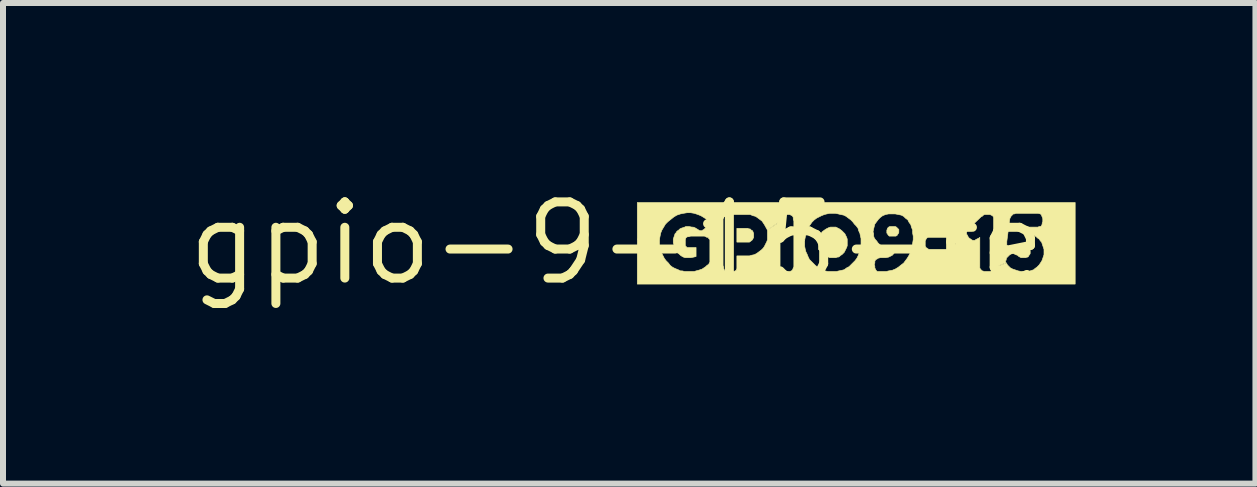
<source format=kicad_pcb>
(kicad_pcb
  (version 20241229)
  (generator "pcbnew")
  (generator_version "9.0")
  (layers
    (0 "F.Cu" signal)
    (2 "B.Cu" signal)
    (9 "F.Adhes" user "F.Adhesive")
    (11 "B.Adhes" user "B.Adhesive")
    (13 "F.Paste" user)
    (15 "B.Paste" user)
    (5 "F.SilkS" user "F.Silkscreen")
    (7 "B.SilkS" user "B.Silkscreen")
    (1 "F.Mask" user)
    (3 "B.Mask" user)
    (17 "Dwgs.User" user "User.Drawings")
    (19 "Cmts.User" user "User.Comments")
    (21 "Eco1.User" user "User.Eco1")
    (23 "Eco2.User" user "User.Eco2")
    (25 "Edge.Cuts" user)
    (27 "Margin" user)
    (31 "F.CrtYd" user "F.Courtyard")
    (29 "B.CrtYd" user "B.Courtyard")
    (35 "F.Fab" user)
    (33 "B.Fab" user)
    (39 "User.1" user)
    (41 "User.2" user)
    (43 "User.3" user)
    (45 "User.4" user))
  (footprint "gpio-9-15-re"
    (layer "F.Cu")
    (at 7.234 1.006)
    (property "Reference" "gpio-9-15-re" (at 0 0 0) (layer "F.SilkS") (effects (font (size 1.27 1.27) (thickness 0.15))))
    (attr board_only exclude_from_pos_files exclude_from_bom)
    (fp_poly (pts (xy 2.21 -0.02) (xy 2.25 -0.05) (xy 2.26 -0.06) (xy 2.27 -0.08) (xy 2.28 -0.1) (xy 2.28 -0.13) (xy 2.28 -0.16) (xy 2.27 -0.19) (xy 2.26 -0.21) (xy 2.24 -0.22) (xy 2.22 -0.24) (xy 2.2 -0.24) (xy 2.18 -0.25) (xy 2.17 -0.25) (xy 2 -0.25) (xy 2 -0.02) (xy 2.21 -0.02)) (stroke (width 0.01) (type solid)) (fill yes) (layer "F.SilkS"))
    (fp_poly (pts (xy 4.6 -0.28) (xy 4.56 -0.28) (xy 4.55 -0.28) (xy 4.53 -0.27) (xy 4.52 -0.26) (xy 4.51 -0.25) (xy 4.51 -0.24) (xy 4.5 -0.22) (xy 4.5 -0.21) (xy 4.5 -0.19) (xy 4.5 -0.17) (xy 4.51 -0.16) (xy 4.52 -0.14) (xy 4.53 -0.13) (xy 4.54 -0.12) (xy 4.56 -0.12) (xy 4.58 -0.12) (xy 4.61 -0.12) (xy 4.63 -0.12) (xy 4.65 -0.12) (xy 4.67 -0.13) (xy 4.68 -0.15) (xy 4.69 -0.16) (xy 4.7 -0.18) (xy 4.7 -0.2) (xy 4.7 -0.23) (xy 4.69 -0.24) (xy 4.67 -0.26) (xy 4.66 -0.27) (xy 4.64 -0.28) (xy 4.62 -0.28) (xy 4.6 -0.28)) (stroke (width 0.01) (type solid)) (fill yes) (layer "F.SilkS"))
    (fp_poly (pts (xy 3.36 0.1) (xy 3.44 0.18) (xy 3.46 0.19) (xy 3.49 0.22) (xy 3.53 0.23) (xy 3.55 0.24) (xy 3.58 0.24) (xy 3.6 0.24) (xy 3.62 0.24) (xy 3.65 0.24) (xy 3.67 0.23) (xy 3.69 0.23) (xy 3.71 0.22) (xy 3.73 0.2) (xy 3.75 0.19) (xy 3.77 0.17) (xy 3.79 0.15) (xy 3.8 0.13) (xy 3.81 0.11) (xy 3.82 0.09) (xy 3.83 0.07) (xy 3.84 0.04) (xy 3.84 0.02) (xy 3.84 -0.01) (xy 3.84 -0.04) (xy 3.84 -0.07) (xy 3.83 -0.1) (xy 3.82 -0.12) (xy 3.81 -0.14) (xy 3.8 -0.16) (xy 3.78 -0.18) (xy 3.75 -0.21) (xy 3.71 -0.24) (xy 3.69 -0.25) (xy 3.67 -0.26) (xy 3.65 -0.27) (xy 3.62 -0.27) (xy 3.6 -0.27) (xy 3.58 -0.27) (xy 3.56 -0.27) (xy 3.53 -0.26) (xy 3.51 -0.25) (xy 3.49 -0.24) (xy 3.46 -0.22) (xy 3.42 -0.19) (xy 3.4 -0.15) (xy 3.38 -0.12) (xy 3.37 -0.08) (xy 3.36 -0.04) (xy 3.36 0.1)) (stroke (width 0.01) (type solid)) (fill yes) (layer "F.SilkS"))
    (fp_poly (pts (xy 0.68 -0.68) (xy 0.34 -0.68) (xy 0.34 0.68) (xy 7.64 0.68) (xy 7.64 -0.68) (xy 0.68 -0.68) (xy 0.9 -0.4) (xy 0.95 -0.44) (xy 1 -0.47) (xy 1.06 -0.49) (xy 1.11 -0.5) (xy 1.17 -0.51) (xy 1.23 -0.51) (xy 1.29 -0.5) (xy 1.35 -0.48) (xy 1.4 -0.46) (xy 1.45 -0.43) (xy 1.48 -0.41) (xy 1.5 -0.4) (xy 1.52 -0.38) (xy 1.52 -0.36) (xy 1.52 -0.34) (xy 1.52 -0.31) (xy 1.5 -0.28) (xy 1.48 -0.26) (xy 1.45 -0.23) (xy 1.43 -0.22) (xy 1.42 -0.21) (xy 1.4 -0.21) (xy 1.38 -0.21) (xy 1.35 -0.23) (xy 1.3 -0.26) (xy 1.27 -0.27) (xy 1.25 -0.27) (xy 1.2 -0.28) (xy 1.15 -0.28) (xy 1.13 -0.27) (xy 1.1 -0.26) (xy 1.07 -0.25) (xy 1.05 -0.24) (xy 1.03 -0.22) (xy 1 -0.2) (xy 0.99 -0.18) (xy 0.97 -0.16) (xy 0.96 -0.13) (xy 0.95 -0.1) (xy 0.94 -0.07) (xy 0.94 -0.04) (xy 0.94 -0.01) (xy 0.95 0.02) (xy 0.95 0.05) (xy 0.96 0.08) (xy 0.98 0.11) (xy 0.99 0.14) (xy 1.01 0.16) (xy 1.04 0.18) (xy 1.06 0.2) (xy 1.09 0.22) (xy 1.11 0.23) (xy 1.14 0.24) (xy 1.18 0.24) (xy 1.23 0.24) (xy 1.28 0.23) (xy 1.32 0.22) (xy 1.32 0.07) (xy 1.21 0.07) (xy 1.18 0.07) (xy 1.17 0.07) (xy 1.16 0.06) (xy 1.15 0.05) (xy 1.14 0.04) (xy 1.14 0.01) (xy 1.14 -0.04) (xy 1.14 -0.06) (xy 1.15 -0.09) (xy 1.16 -0.1) (xy 1.18 -0.11) (xy 1.2 -0.11) (xy 1.23 -0.12) (xy 1.46 -0.12) (xy 1.48 -0.11) (xy 1.5 -0.1) (xy 1.52 -0.1) (xy 1.53 -0.08) (xy 1.54 -0.07) (xy 1.55 -0.06) (xy 1.55 -0.04) (xy 1.55 -0.02) (xy 1.55 0.29) (xy 1.55 0.31) (xy 1.77 0.37) (xy 1.77 -0.41) (xy 1.78 -0.42) (xy 1.78 -0.43) (xy 1.79 -0.45) (xy 1.8 -0.46) (xy 1.81 -0.47) (xy 1.83 -0.48) (xy 1.86 -0.48) (xy 1.89 -0.48) (xy 2.18 -0.48) (xy 2.22 -0.48) (xy 2.27 -0.46) (xy 2.31 -0.45) (xy 2.34 -0.43) (xy 2.38 -0.4) (xy 2.42 -0.37) (xy 2.44 -0.34) (xy 2.46 -0.31) (xy 2.51 -0.22) (xy 2.72 -0.37) (xy 2.72 -0.41) (xy 2.72 -0.43) (xy 2.73 -0.45) (xy 2.74 -0.46) (xy 2.75 -0.47) (xy 2.76 -0.47) (xy 2.79 -0.48) (xy 2.82 -0.48) (xy 2.85 -0.48) (xy 2.88 -0.48) (xy 2.9 -0.47) (xy 2.92 -0.46) (xy 2.93 -0.45) (xy 2.94 -0.43) (xy 2.94 -0.4) (xy 2.95 -0.37) (xy 3.18 -0.24) (xy 3.2 -0.28) (xy 3.23 -0.32) (xy 3.25 -0.35) (xy 3.29 -0.39) (xy 3.33 -0.42) (xy 3.37 -0.44) (xy 3.41 -0.46) (xy 3.46 -0.48) (xy 3.5 -0.49) (xy 3.55 -0.5) (xy 3.6 -0.5) (xy 3.64 -0.5) (xy 3.69 -0.49) (xy 3.73 -0.48) (xy 3.78 -0.47) (xy 3.82 -0.45) (xy 3.86 -0.42) (xy 3.9 -0.39) (xy 3.93 -0.36) (xy 3.96 -0.32) (xy 3.99 -0.29) (xy 4.02 -0.25) (xy 4.03 -0.21) (xy 4.05 -0.17) (xy 4.06 -0.12) (xy 4.28 -0.16) (xy 4.27 -0.19) (xy 4.28 -0.24) (xy 4.29 -0.28) (xy 4.3 -0.32) (xy 4.33 -0.36) (xy 4.36 -0.4) (xy 4.39 -0.43) (xy 4.43 -0.46) (xy 4.48 -0.48) (xy 4.53 -0.49) (xy 4.58 -0.49) (xy 4.64 -0.49) (xy 4.69 -0.48) (xy 4.74 -0.47) (xy 4.78 -0.45) (xy 4.81 -0.42) (xy 4.85 -0.39) (xy 4.87 -0.35) (xy 4.9 -0.31) (xy 4.91 -0.27) (xy 4.93 -0.22) (xy 4.93 -0.17) (xy 4.94 -0.12) (xy 4.94 -0.06) (xy 5.14 -0.04) (xy 5.15 -0.06) (xy 5.16 -0.08) (xy 5.17 -0.09) (xy 5.19 -0.1) (xy 5.22 -0.1) (xy 5.55 -0.1) (xy 5.58 -0.1) (xy 5.6 -0.09) (xy 5.61 -0.09) (xy 5.62 -0.08) (xy 5.63 -0.07) (xy 5.83 -0.15) (xy 5.83 -0.17) (xy 5.83 -0.18) (xy 5.83 -0.2) (xy 5.84 -0.22) (xy 5.85 -0.23) (xy 6.08 -0.45) (xy 6.09 -0.45) (xy 6.11 -0.47) (xy 6.13 -0.48) (xy 6.16 -0.48) (xy 6.19 -0.48) (xy 6.22 -0.48) (xy 6.26 -0.46) (xy 6.27 -0.45) (xy 6.28 -0.43) (xy 6.28 0.41) (xy 6.49 0.32) (xy 6.48 0.31) (xy 6.48 0.29) (xy 6.49 0.28) (xy 6.49 0.26) (xy 6.5 0.24) (xy 6.55 0.19) (xy 6.57 0.18) (xy 6.59 0.17) (xy 6.6 0.17) (xy 6.61 0.17) (xy 6.63 0.18) (xy 6.65 0.19) (xy 6.68 0.2) (xy 6.69 0.21) (xy 6.7 0.22) (xy 6.72 0.23) (xy 6.74 0.24) (xy 6.77 0.24) (xy 6.8 0.24) (xy 6.82 0.24) (xy 6.83 0.23) (xy 6.85 0.23) (xy 6.86 0.22) (xy 6.87 0.2) (xy 6.88 0.19) (xy 6.89 0.17) (xy 6.89 0.15) (xy 6.89 0.13) (xy 6.89 0.12) (xy 6.88 0.1) (xy 6.87 0.09) (xy 6.86 0.08) (xy 6.85 0.07) (xy 6.83 0.06) (xy 6.81 0.06) (xy 6.8 0.05) (xy 6.78 0.05) (xy 6.76 0.06) (xy 6.74 0.07) (xy 6.71 0.09) (xy 6.69 0.1) (xy 6.67 0.11) (xy 6.64 0.11) (xy 6.62 0.1) (xy 6.6 0.1) (xy 6.56 0.07) (xy 6.51 0.04) (xy 6.5 0.03) (xy 6.5 0.02) (xy 6.5 0.01) (xy 6.5 -0.03) (xy 6.55 -0.41) (xy 6.57 -0.45) (xy 6.58 -0.46) (xy 6.59 -0.47) (xy 6.61 -0.49) (xy 6.63 -0.49) (xy 6.65 -0.5) (xy 6.66 -0.5) (xy 6.99 -0.5) (xy 7.02 -0.5) (xy 7.06 -0.49) (xy 7.07 -0.48) (xy 7.08 -0.47) (xy 7.08 -0.46) (xy 7.09 -0.44) (xy 7.1 -0.41) (xy 7.1 -0.38) (xy 7.1 -0.36) (xy 7.09 -0.34) (xy 7.09 -0.32) (xy 7.08 -0.3) (xy 7.08 -0.29) (xy 7.06 -0.28) (xy 7.04 -0.28) (xy 7.02 -0.27) (xy 6.77 -0.27) (xy 6.76 -0.26) (xy 6.76 -0.23) (xy 6.75 -0.18) (xy 6.83 -0.18) (xy 6.85 -0.17) (xy 6.88 -0.17) (xy 6.91 -0.16) (xy 6.94 -0.14) (xy 6.96 -0.13) (xy 6.99 -0.11) (xy 7.01 -0.09) (xy 7.04 -0.07) (xy 7.06 -0.04) (xy 7.08 -0.02) (xy 7.09 0.01) (xy 7.1 0.04) (xy 7.11 0.07) (xy 7.12 0.1) (xy 7.12 0.13) (xy 7.12 0.16) (xy 7.12 0.19) (xy 7.11 0.22) (xy 7.1 0.25) (xy 7.09 0.28) (xy 7.08 0.3) (xy 7.06 0.33) (xy 7.04 0.36) (xy 7.02 0.38) (xy 7 0.4) (xy 6.97 0.42) (xy 6.95 0.44) (xy 6.92 0.45) (xy 6.89 0.46) (xy 6.86 0.47) (xy 6.83 0.47) (xy 6.81 0.47) (xy 6.74 0.47) (xy 6.69 0.46) (xy 6.63 0.44) (xy 6.6 0.43) (xy 6.56 0.41) (xy 6.55 0.4) (xy 6.54 0.39) (xy 6.53 0.38) (xy 6.51 0.36) (xy 6.5 0.34) (xy 6.49 0.33) (xy 6.28 0.41) (xy 6.27 0.43) (xy 6.26 0.45) (xy 6.25 0.45) (xy 6.23 0.47) (xy 6.2 0.47) (xy 6.17 0.47) (xy 6.14 0.47) (xy 6.12 0.47) (xy 6.1 0.46) (xy 6.08 0.46) (xy 6.08 0.45) (xy 6.06 0.43) (xy 6.05 0.41) (xy 6.05 0.39) (xy 6.05 0.36) (xy 6.05 -0.1) (xy 6.04 -0.09) (xy 6.02 -0.08) (xy 6 -0.07) (xy 5.98 -0.06) (xy 5.97 -0.05) (xy 5.95 -0.05) (xy 5.94 -0.05) (xy 5.93 -0.05) (xy 5.91 -0.06) (xy 5.9 -0.07) (xy 5.88 -0.08) (xy 5.86 -0.1) (xy 5.85 -0.12) (xy 5.84 -0.14) (xy 5.83 -0.15) (xy 5.63 -0.07) (xy 5.63 -0.05) (xy 5.63 -0.03) (xy 5.64 0.01) (xy 5.63 0.04) (xy 5.63 0.06) (xy 5.62 0.08) (xy 5.61 0.09) (xy 5.58 0.1) (xy 5.54 0.1) (xy 5.23 0.1) (xy 5.2 0.1) (xy 5.18 0.09) (xy 5.17 0.08) (xy 5.15 0.07) (xy 5.15 0.06) (xy 5.14 0.05) (xy 5.14 0.02) (xy 5.14 -0.01) (xy 5.14 -0.04) (xy 4.94 -0.06) (xy 4.93 0) (xy 4.92 0.06) (xy 4.91 0.11) (xy 4.89 0.16) (xy 4.87 0.2) (xy 4.84 0.25) (xy 4.81 0.29) (xy 4.78 0.33) (xy 4.74 0.36) (xy 4.69 0.4) (xy 4.64 0.43) (xy 4.59 0.45) (xy 4.53 0.46) (xy 4.49 0.47) (xy 4.46 0.47) (xy 4.42 0.47) (xy 4.38 0.47) (xy 4.36 0.47) (xy 4.34 0.47) (xy 4.33 0.46) (xy 4.32 0.45) (xy 4.31 0.43) (xy 4.3 0.41) (xy 4.3 0.38) (xy 4.29 0.35) (xy 4.3 0.33) (xy 4.3 0.3) (xy 4.31 0.28) (xy 4.32 0.27) (xy 4.34 0.26) (xy 4.35 0.25) (xy 4.39 0.24) (xy 4.45 0.24) (xy 4.48 0.24) (xy 4.53 0.23) (xy 4.57 0.21) (xy 4.59 0.2) (xy 4.6 0.19) (xy 4.64 0.14) (xy 4.67 0.11) (xy 4.68 0.07) (xy 4.65 0.08) (xy 4.62 0.09) (xy 4.59 0.09) (xy 4.55 0.09) (xy 4.51 0.08) (xy 4.48 0.07) (xy 4.44 0.06) (xy 4.41 0.04) (xy 4.38 0.02) (xy 4.35 -0.01) (xy 4.33 -0.04) (xy 4.31 -0.06) (xy 4.29 -0.09) (xy 4.28 -0.12) (xy 4.28 -0.16) (xy 4.06 -0.12) (xy 4.07 -0.08) (xy 4.07 -0.03) (xy 4.07 0.02) (xy 4.06 0.07) (xy 4.05 0.12) (xy 4.04 0.16) (xy 4.02 0.21) (xy 4 0.25) (xy 3.97 0.29) (xy 3.94 0.32) (xy 3.9 0.36) (xy 3.87 0.39) (xy 3.83 0.41) (xy 3.79 0.44) (xy 3.75 0.45) (xy 3.7 0.46) (xy 3.66 0.47) (xy 3.61 0.47) (xy 3.56 0.47) (xy 3.52 0.47) (xy 3.47 0.46) (xy 3.43 0.44) (xy 3.39 0.42) (xy 3.35 0.4) (xy 3.31 0.37) (xy 3.28 0.34) (xy 3.24 0.3) (xy 3.21 0.27) (xy 3.19 0.23) (xy 3.17 0.18) (xy 3.15 0.14) (xy 3.14 0.1) (xy 3.13 0.05) (xy 3.13 0) (xy 3.13 -0.05) (xy 3.14 -0.1) (xy 3.15 -0.15) (xy 3.16 -0.19) (xy 3.18 -0.24) (xy 2.95 -0.37) (xy 2.95 0.39) (xy 2.94 0.41) (xy 2.93 0.44) (xy 2.92 0.45) (xy 2.91 0.46) (xy 2.88 0.47) (xy 2.85 0.47) (xy 2.82 0.47) (xy 2.79 0.47) (xy 2.77 0.47) (xy 2.75 0.46) (xy 2.73 0.45) (xy 2.73 0.43) (xy 2.72 0.42) (xy 2.72 0.39) (xy 2.72 0.36) (xy 2.72 -0.36) (xy 2.51 -0.22) (xy 2.51 -0.1) (xy 2.51 -0.06) (xy 2.5 -0.03) (xy 2.48 0.01) (xy 2.46 0.05) (xy 2.44 0.08) (xy 2.41 0.11) (xy 2.37 0.14) (xy 2.33 0.17) (xy 2.29 0.19) (xy 2.24 0.2) (xy 2.21 0.21) (xy 2.18 0.21) (xy 2 0.21) (xy 2 0.38) (xy 2 0.42) (xy 1.99 0.44) (xy 1.99 0.45) (xy 1.97 0.46) (xy 1.95 0.47) (xy 1.92 0.47) (xy 1.89 0.47) (xy 1.86 0.47) (xy 1.83 0.47) (xy 1.81 0.46) (xy 1.79 0.45) (xy 1.79 0.44) (xy 1.78 0.42) (xy 1.78 0.4) (xy 1.77 0.37) (xy 1.55 0.31) (xy 1.54 0.33) (xy 1.53 0.35) (xy 1.5 0.37) (xy 1.48 0.39) (xy 1.45 0.41) (xy 1.42 0.43) (xy 1.39 0.44) (xy 1.36 0.45) (xy 1.32 0.46) (xy 1.29 0.47) (xy 1.25 0.47) (xy 1.2 0.47) (xy 1.16 0.47) (xy 1.13 0.47) (xy 1.09 0.46) (xy 1.06 0.46) (xy 1.02 0.44) (xy 0.97 0.42) (xy 0.93 0.4) (xy 0.89 0.37) (xy 0.86 0.33) (xy 0.82 0.29) (xy 0.79 0.25) (xy 0.77 0.21) (xy 0.75 0.17) (xy 0.73 0.13) (xy 0.72 0.08) (xy 0.71 0.03) (xy 0.71 -0.02) (xy 0.71 -0.07) (xy 0.72 -0.12) (xy 0.73 -0.17) (xy 0.75 -0.22) (xy 0.78 -0.27) (xy 0.81 -0.32) (xy 0.85 -0.36) (xy 0.9 -0.4) (xy 0.68 -0.68)) (stroke (width 0.01) (type solid)) (fill yes) (layer "F.SilkS")))
  (gr_rect
    (start -3 -3)
    (end 17.879 5.012)
    (stroke (width 0.1) (type default))
    (fill no)
    (layer "Edge.Cuts")))
</source>
